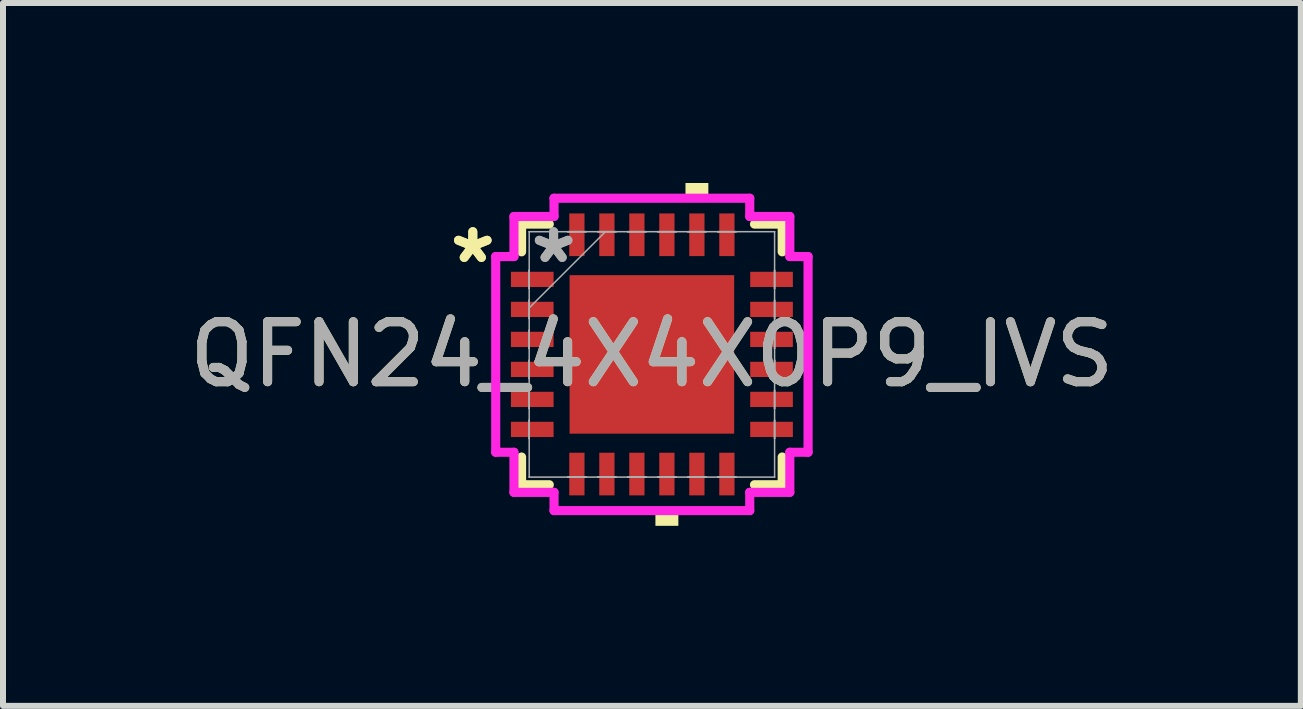
<source format=kicad_pcb>
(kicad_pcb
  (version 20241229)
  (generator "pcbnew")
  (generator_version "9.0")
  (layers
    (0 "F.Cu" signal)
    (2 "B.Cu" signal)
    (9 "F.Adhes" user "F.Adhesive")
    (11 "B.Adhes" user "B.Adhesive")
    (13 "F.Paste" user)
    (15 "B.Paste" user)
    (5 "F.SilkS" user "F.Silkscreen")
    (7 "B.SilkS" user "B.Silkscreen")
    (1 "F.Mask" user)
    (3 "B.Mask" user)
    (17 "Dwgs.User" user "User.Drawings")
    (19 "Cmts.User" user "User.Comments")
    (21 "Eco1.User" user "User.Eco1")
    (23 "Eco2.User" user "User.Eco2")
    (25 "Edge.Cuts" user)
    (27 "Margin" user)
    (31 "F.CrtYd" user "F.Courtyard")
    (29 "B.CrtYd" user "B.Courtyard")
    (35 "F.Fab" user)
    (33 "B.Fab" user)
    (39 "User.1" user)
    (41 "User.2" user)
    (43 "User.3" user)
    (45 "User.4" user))
  (footprint "QFN24_4X4X0P9_IVS"
    (layer "F.Cu")
    (at 7.815 2.857)
    (property "Reference" "QFN24_4X4X0P9_IVS" (at 0 0 0) (unlocked yes) (layer "F.SilkS") (effects (font (size 1 1) (thickness 0.15))))
    (attr smd)
    (fp_line (start -2.172 -2.172) (end -2.172 -1.71) (stroke (width 0.152) (type solid)) (layer "F.SilkS"))
    (fp_line (start -2.172 1.71) (end -2.172 2.172) (stroke (width 0.152) (type solid)) (layer "F.SilkS"))
    (fp_line (start -2.172 2.172) (end -1.71 2.172) (stroke (width 0.152) (type solid)) (layer "F.SilkS"))
    (fp_line (start -1.71 -2.172) (end -2.172 -2.172) (stroke (width 0.152) (type solid)) (layer "F.SilkS"))
    (fp_line (start 1.71 2.172) (end 2.172 2.172) (stroke (width 0.152) (type solid)) (layer "F.SilkS"))
    (fp_line (start 2.172 -2.172) (end 1.71 -2.172) (stroke (width 0.152) (type solid)) (layer "F.SilkS"))
    (fp_line (start 2.172 -1.71) (end 2.172 -2.172) (stroke (width 0.152) (type solid)) (layer "F.SilkS"))
    (fp_line (start 2.172 2.172) (end 2.172 1.71) (stroke (width 0.152) (type solid)) (layer "F.SilkS"))
    (fp_poly (pts (xy 0.059 2.603) (xy 0.059 2.857) (xy 0.441 2.857) (xy 0.441 2.603)) (stroke (width 0) (type solid)) (fill yes) (layer "F.SilkS"))
    (fp_poly (pts (xy 0.56 -2.603) (xy 0.56 -2.857) (xy 0.941 -2.857) (xy 0.941 -2.603)) (stroke (width 0) (type solid)) (fill yes) (layer "F.SilkS"))
    (fp_poly (pts (xy -1.272 -1.221) (xy -1.272 -0.1) (xy -0.1 -0.1) (xy -0.1 -1.221)) (stroke (width 0) (type solid)) (fill yes) (layer "F.Paste"))
    (fp_poly (pts (xy -1.272 0.1) (xy -1.272 1.221) (xy -0.1 1.221) (xy -0.1 0.1)) (stroke (width 0) (type solid)) (fill yes) (layer "F.Paste"))
    (fp_poly (pts (xy 0.1 -1.221) (xy 0.1 -0.1) (xy 1.272 -0.1) (xy 1.272 -1.221)) (stroke (width 0) (type solid)) (fill yes) (layer "F.Paste"))
    (fp_poly (pts (xy 0.1 0.1) (xy 0.1 1.221) (xy 1.272 1.221) (xy 1.272 0.1)) (stroke (width 0) (type solid)) (fill yes) (layer "F.Paste"))
    (fp_line (start -2.603 -1.631) (end -2.299 -1.631) (stroke (width 0.152) (type solid)) (layer "F.CrtYd"))
    (fp_line (start -2.603 1.631) (end -2.603 -1.631) (stroke (width 0.152) (type solid)) (layer "F.CrtYd"))
    (fp_line (start -2.299 -2.299) (end -1.631 -2.299) (stroke (width 0.152) (type solid)) (layer "F.CrtYd"))
    (fp_line (start -2.299 -1.631) (end -2.299 -2.299) (stroke (width 0.152) (type solid)) (layer "F.CrtYd"))
    (fp_line (start -2.299 1.631) (end -2.603 1.631) (stroke (width 0.152) (type solid)) (layer "F.CrtYd"))
    (fp_line (start -2.299 2.299) (end -2.299 1.631) (stroke (width 0.152) (type solid)) (layer "F.CrtYd"))
    (fp_line (start -1.631 -2.603) (end 1.631 -2.603) (stroke (width 0.152) (type solid)) (layer "F.CrtYd"))
    (fp_line (start -1.631 -2.299) (end -1.631 -2.603) (stroke (width 0.152) (type solid)) (layer "F.CrtYd"))
    (fp_line (start -1.631 2.299) (end -2.299 2.299) (stroke (width 0.152) (type solid)) (layer "F.CrtYd"))
    (fp_line (start -1.631 2.603) (end -1.631 2.299) (stroke (width 0.152) (type solid)) (layer "F.CrtYd"))
    (fp_line (start 1.631 -2.603) (end 1.631 -2.299) (stroke (width 0.152) (type solid)) (layer "F.CrtYd"))
    (fp_line (start 1.631 -2.299) (end 2.299 -2.299) (stroke (width 0.152) (type solid)) (layer "F.CrtYd"))
    (fp_line (start 1.631 2.299) (end 1.631 2.603) (stroke (width 0.152) (type solid)) (layer "F.CrtYd"))
    (fp_line (start 1.631 2.603) (end -1.631 2.603) (stroke (width 0.152) (type solid)) (layer "F.CrtYd"))
    (fp_line (start 2.299 -2.299) (end 2.299 -1.631) (stroke (width 0.152) (type solid)) (layer "F.CrtYd"))
    (fp_line (start 2.299 -1.631) (end 2.603 -1.631) (stroke (width 0.152) (type solid)) (layer "F.CrtYd"))
    (fp_line (start 2.299 1.631) (end 2.299 2.299) (stroke (width 0.152) (type solid)) (layer "F.CrtYd"))
    (fp_line (start 2.299 2.299) (end 1.631 2.299) (stroke (width 0.152) (type solid)) (layer "F.CrtYd"))
    (fp_line (start 2.603 -1.631) (end 2.603 1.631) (stroke (width 0.152) (type solid)) (layer "F.CrtYd"))
    (fp_line (start 2.603 1.631) (end 2.299 1.631) (stroke (width 0.152) (type solid)) (layer "F.CrtYd"))
    (fp_line (start -2.045 -2.045) (end -2.045 -2.045) (stroke (width 0.025) (type solid)) (layer "F.Fab"))
    (fp_line (start -2.045 -2.045) (end -2.045 2.045) (stroke (width 0.025) (type solid)) (layer "F.Fab"))
    (fp_line (start -2.045 -1.402) (end -2.045 -1.402) (stroke (width 0.025) (type solid)) (layer "F.Fab"))
    (fp_line (start -2.045 -1.402) (end -2.045 -1.098) (stroke (width 0.025) (type solid)) (layer "F.Fab"))
    (fp_line (start -2.045 -1.098) (end -2.045 -1.402) (stroke (width 0.025) (type solid)) (layer "F.Fab"))
    (fp_line (start -2.045 -1.098) (end -2.045 -1.098) (stroke (width 0.025) (type solid)) (layer "F.Fab"))
    (fp_line (start -2.045 -0.902) (end -2.045 -0.902) (stroke (width 0.025) (type solid)) (layer "F.Fab"))
    (fp_line (start -2.045 -0.902) (end -2.045 -0.598) (stroke (width 0.025) (type solid)) (layer "F.Fab"))
    (fp_line (start -2.045 -0.775) (end -0.775 -2.045) (stroke (width 0.025) (type solid)) (layer "F.Fab"))
    (fp_line (start -2.045 -0.598) (end -2.045 -0.902) (stroke (width 0.025) (type solid)) (layer "F.Fab"))
    (fp_line (start -2.045 -0.598) (end -2.045 -0.598) (stroke (width 0.025) (type solid)) (layer "F.Fab"))
    (fp_line (start -2.045 -0.402) (end -2.045 -0.402) (stroke (width 0.025) (type solid)) (layer "F.Fab"))
    (fp_line (start -2.045 -0.402) (end -2.045 -0.098) (stroke (width 0.025) (type solid)) (layer "F.Fab"))
    (fp_line (start -2.045 -0.098) (end -2.045 -0.402) (stroke (width 0.025) (type solid)) (layer "F.Fab"))
    (fp_line (start -2.045 -0.098) (end -2.045 -0.098) (stroke (width 0.025) (type solid)) (layer "F.Fab"))
    (fp_line (start -2.045 0.098) (end -2.045 0.098) (stroke (width 0.025) (type solid)) (layer "F.Fab"))
    (fp_line (start -2.045 0.098) (end -2.045 0.402) (stroke (width 0.025) (type solid)) (layer "F.Fab"))
    (fp_line (start -2.045 0.402) (end -2.045 0.098) (stroke (width 0.025) (type solid)) (layer "F.Fab"))
    (fp_line (start -2.045 0.402) (end -2.045 0.402) (stroke (width 0.025) (type solid)) (layer "F.Fab"))
    (fp_line (start -2.045 0.598) (end -2.045 0.598) (stroke (width 0.025) (type solid)) (layer "F.Fab"))
    (fp_line (start -2.045 0.598) (end -2.045 0.902) (stroke (width 0.025) (type solid)) (layer "F.Fab"))
    (fp_line (start -2.045 0.902) (end -2.045 0.598) (stroke (width 0.025) (type solid)) (layer "F.Fab"))
    (fp_line (start -2.045 0.902) (end -2.045 0.902) (stroke (width 0.025) (type solid)) (layer "F.Fab"))
    (fp_line (start -2.045 1.098) (end -2.045 1.098) (stroke (width 0.025) (type solid)) (layer "F.Fab"))
    (fp_line (start -2.045 1.098) (end -2.045 1.402) (stroke (width 0.025) (type solid)) (layer "F.Fab"))
    (fp_line (start -2.045 1.402) (end -2.045 1.098) (stroke (width 0.025) (type solid)) (layer "F.Fab"))
    (fp_line (start -2.045 1.402) (end -2.045 1.402) (stroke (width 0.025) (type solid)) (layer "F.Fab"))
    (fp_line (start -2.045 2.045) (end -2.045 2.045) (stroke (width 0.025) (type solid)) (layer "F.Fab"))
    (fp_line (start -2.045 2.045) (end 2.045 2.045) (stroke (width 0.025) (type solid)) (layer "F.Fab"))
    (fp_line (start -1.402 -2.045) (end -1.402 -2.045) (stroke (width 0.025) (type solid)) (layer "F.Fab"))
    (fp_line (start -1.402 -2.045) (end -1.098 -2.045) (stroke (width 0.025) (type solid)) (layer "F.Fab"))
    (fp_line (start -1.402 2.045) (end -1.402 2.045) (stroke (width 0.025) (type solid)) (layer "F.Fab"))
    (fp_line (start -1.402 2.045) (end -1.098 2.045) (stroke (width 0.025) (type solid)) (layer "F.Fab"))
    (fp_line (start -1.098 -2.045) (end -1.402 -2.045) (stroke (width 0.025) (type solid)) (layer "F.Fab"))
    (fp_line (start -1.098 -2.045) (end -1.098 -2.045) (stroke (width 0.025) (type solid)) (layer "F.Fab"))
    (fp_line (start -1.098 2.045) (end -1.402 2.045) (stroke (width 0.025) (type solid)) (layer "F.Fab"))
    (fp_line (start -1.098 2.045) (end -1.098 2.045) (stroke (width 0.025) (type solid)) (layer "F.Fab"))
    (fp_line (start -0.902 -2.045) (end -0.902 -2.045) (stroke (width 0.025) (type solid)) (layer "F.Fab"))
    (fp_line (start -0.902 -2.045) (end -0.598 -2.045) (stroke (width 0.025) (type solid)) (layer "F.Fab"))
    (fp_line (start -0.902 2.045) (end -0.902 2.045) (stroke (width 0.025) (type solid)) (layer "F.Fab"))
    (fp_line (start -0.902 2.045) (end -0.598 2.045) (stroke (width 0.025) (type solid)) (layer "F.Fab"))
    (fp_line (start -0.598 -2.045) (end -0.902 -2.045) (stroke (width 0.025) (type solid)) (layer "F.Fab"))
    (fp_line (start -0.598 -2.045) (end -0.598 -2.045) (stroke (width 0.025) (type solid)) (layer "F.Fab"))
    (fp_line (start -0.598 2.045) (end -0.902 2.045) (stroke (width 0.025) (type solid)) (layer "F.Fab"))
    (fp_line (start -0.598 2.045) (end -0.598 2.045) (stroke (width 0.025) (type solid)) (layer "F.Fab"))
    (fp_line (start -0.402 -2.045) (end -0.402 -2.045) (stroke (width 0.025) (type solid)) (layer "F.Fab"))
    (fp_line (start -0.402 -2.045) (end -0.098 -2.045) (stroke (width 0.025) (type solid)) (layer "F.Fab"))
    (fp_line (start -0.402 2.045) (end -0.402 2.045) (stroke (width 0.025) (type solid)) (layer "F.Fab"))
    (fp_line (start -0.402 2.045) (end -0.098 2.045) (stroke (width 0.025) (type solid)) (layer "F.Fab"))
    (fp_line (start -0.098 -2.045) (end -0.402 -2.045) (stroke (width 0.025) (type solid)) (layer "F.Fab"))
    (fp_line (start -0.098 -2.045) (end -0.098 -2.045) (stroke (width 0.025) (type solid)) (layer "F.Fab"))
    (fp_line (start -0.098 2.045) (end -0.402 2.045) (stroke (width 0.025) (type solid)) (layer "F.Fab"))
    (fp_line (start -0.098 2.045) (end -0.098 2.045) (stroke (width 0.025) (type solid)) (layer "F.Fab"))
    (fp_line (start 0.098 -2.045) (end 0.098 -2.045) (stroke (width 0.025) (type solid)) (layer "F.Fab"))
    (fp_line (start 0.098 -2.045) (end 0.402 -2.045) (stroke (width 0.025) (type solid)) (layer "F.Fab"))
    (fp_line (start 0.098 2.045) (end 0.098 2.045) (stroke (width 0.025) (type solid)) (layer "F.Fab"))
    (fp_line (start 0.098 2.045) (end 0.402 2.045) (stroke (width 0.025) (type solid)) (layer "F.Fab"))
    (fp_line (start 0.402 -2.045) (end 0.098 -2.045) (stroke (width 0.025) (type solid)) (layer "F.Fab"))
    (fp_line (start 0.402 -2.045) (end 0.402 -2.045) (stroke (width 0.025) (type solid)) (layer "F.Fab"))
    (fp_line (start 0.402 2.045) (end 0.098 2.045) (stroke (width 0.025) (type solid)) (layer "F.Fab"))
    (fp_line (start 0.402 2.045) (end 0.402 2.045) (stroke (width 0.025) (type solid)) (layer "F.Fab"))
    (fp_line (start 0.598 -2.045) (end 0.598 -2.045) (stroke (width 0.025) (type solid)) (layer "F.Fab"))
    (fp_line (start 0.598 -2.045) (end 0.902 -2.045) (stroke (width 0.025) (type solid)) (layer "F.Fab"))
    (fp_line (start 0.598 2.045) (end 0.598 2.045) (stroke (width 0.025) (type solid)) (layer "F.Fab"))
    (fp_line (start 0.598 2.045) (end 0.902 2.045) (stroke (width 0.025) (type solid)) (layer "F.Fab"))
    (fp_line (start 0.902 -2.045) (end 0.598 -2.045) (stroke (width 0.025) (type solid)) (layer "F.Fab"))
    (fp_line (start 0.902 -2.045) (end 0.902 -2.045) (stroke (width 0.025) (type solid)) (layer "F.Fab"))
    (fp_line (start 0.902 2.045) (end 0.598 2.045) (stroke (width 0.025) (type solid)) (layer "F.Fab"))
    (fp_line (start 0.902 2.045) (end 0.902 2.045) (stroke (width 0.025) (type solid)) (layer "F.Fab"))
    (fp_line (start 1.098 -2.045) (end 1.098 -2.045) (stroke (width 0.025) (type solid)) (layer "F.Fab"))
    (fp_line (start 1.098 -2.045) (end 1.402 -2.045) (stroke (width 0.025) (type solid)) (layer "F.Fab"))
    (fp_line (start 1.098 2.045) (end 1.098 2.045) (stroke (width 0.025) (type solid)) (layer "F.Fab"))
    (fp_line (start 1.098 2.045) (end 1.402 2.045) (stroke (width 0.025) (type solid)) (layer "F.Fab"))
    (fp_line (start 1.402 -2.045) (end 1.098 -2.045) (stroke (width 0.025) (type solid)) (layer "F.Fab"))
    (fp_line (start 1.402 -2.045) (end 1.402 -2.045) (stroke (width 0.025) (type solid)) (layer "F.Fab"))
    (fp_line (start 1.402 2.045) (end 1.098 2.045) (stroke (width 0.025) (type solid)) (layer "F.Fab"))
    (fp_line (start 1.402 2.045) (end 1.402 2.045) (stroke (width 0.025) (type solid)) (layer "F.Fab"))
    (fp_line (start 2.045 -2.045) (end -2.045 -2.045) (stroke (width 0.025) (type solid)) (layer "F.Fab"))
    (fp_line (start 2.045 -2.045) (end 2.045 -2.045) (stroke (width 0.025) (type solid)) (layer "F.Fab"))
    (fp_line (start 2.045 -1.402) (end 2.045 -1.402) (stroke (width 0.025) (type solid)) (layer "F.Fab"))
    (fp_line (start 2.045 -1.402) (end 2.045 -1.098) (stroke (width 0.025) (type solid)) (layer "F.Fab"))
    (fp_line (start 2.045 -1.098) (end 2.045 -1.402) (stroke (width 0.025) (type solid)) (layer "F.Fab"))
    (fp_line (start 2.045 -1.098) (end 2.045 -1.098) (stroke (width 0.025) (type solid)) (layer "F.Fab"))
    (fp_line (start 2.045 -0.902) (end 2.045 -0.902) (stroke (width 0.025) (type solid)) (layer "F.Fab"))
    (fp_line (start 2.045 -0.902) (end 2.045 -0.598) (stroke (width 0.025) (type solid)) (layer "F.Fab"))
    (fp_line (start 2.045 -0.598) (end 2.045 -0.902) (stroke (width 0.025) (type solid)) (layer "F.Fab"))
    (fp_line (start 2.045 -0.598) (end 2.045 -0.598) (stroke (width 0.025) (type solid)) (layer "F.Fab"))
    (fp_line (start 2.045 -0.402) (end 2.045 -0.402) (stroke (width 0.025) (type solid)) (layer "F.Fab"))
    (fp_line (start 2.045 -0.402) (end 2.045 -0.098) (stroke (width 0.025) (type solid)) (layer "F.Fab"))
    (fp_line (start 2.045 -0.098) (end 2.045 -0.402) (stroke (width 0.025) (type solid)) (layer "F.Fab"))
    (fp_line (start 2.045 -0.098) (end 2.045 -0.098) (stroke (width 0.025) (type solid)) (layer "F.Fab"))
    (fp_line (start 2.045 0.098) (end 2.045 0.098) (stroke (width 0.025) (type solid)) (layer "F.Fab"))
    (fp_line (start 2.045 0.098) (end 2.045 0.402) (stroke (width 0.025) (type solid)) (layer "F.Fab"))
    (fp_line (start 2.045 0.402) (end 2.045 0.098) (stroke (width 0.025) (type solid)) (layer "F.Fab"))
    (fp_line (start 2.045 0.402) (end 2.045 0.402) (stroke (width 0.025) (type solid)) (layer "F.Fab"))
    (fp_line (start 2.045 0.598) (end 2.045 0.598) (stroke (width 0.025) (type solid)) (layer "F.Fab"))
    (fp_line (start 2.045 0.598) (end 2.045 0.902) (stroke (width 0.025) (type solid)) (layer "F.Fab"))
    (fp_line (start 2.045 0.902) (end 2.045 0.598) (stroke (width 0.025) (type solid)) (layer "F.Fab"))
    (fp_line (start 2.045 0.902) (end 2.045 0.902) (stroke (width 0.025) (type solid)) (layer "F.Fab"))
    (fp_line (start 2.045 1.098) (end 2.045 1.098) (stroke (width 0.025) (type solid)) (layer "F.Fab"))
    (fp_line (start 2.045 1.098) (end 2.045 1.402) (stroke (width 0.025) (type solid)) (layer "F.Fab"))
    (fp_line (start 2.045 1.402) (end 2.045 1.098) (stroke (width 0.025) (type solid)) (layer "F.Fab"))
    (fp_line (start 2.045 1.402) (end 2.045 1.402) (stroke (width 0.025) (type solid)) (layer "F.Fab"))
    (fp_line (start 2.045 2.045) (end 2.045 -2.045) (stroke (width 0.025) (type solid)) (layer "F.Fab"))
    (fp_line (start 2.045 2.045) (end 2.045 2.045) (stroke (width 0.025) (type solid)) (layer "F.Fab"))
    (fp_text user "*" (at -2.985 -1.5 0) (layer "F.SilkS") (effects (font (size 1 1) (thickness 0.15))))
    (fp_text user "*" (at -2.985 -1.5 0) (unlocked yes) (layer "F.SilkS") (effects (font (size 1 1) (thickness 0.15))))
    (fp_text user "*" (at -1.638 -1.5 0) (unlocked yes) (layer "F.Fab") (effects (font (size 1 1) (thickness 0.15))))
    (fp_text user "*" (at -1.638 -1.5 0) (layer "F.Fab") (effects (font (size 1 1) (thickness 0.15))))
    (fp_text user "${REFERENCE}" (at 0 0 0) (unlocked yes) (layer "F.Fab") (effects (font (size 1 1) (thickness 0.15))))
    (pad "1" smd rect (at -1.994 -1.25 90) (size 0.254 0.711) (layers "F.Cu" "F.Mask" "F.Paste"))
    (pad "2" smd rect (at -1.994 -0.75 90) (size 0.254 0.711) (layers "F.Cu" "F.Mask" "F.Paste"))
    (pad "3" smd rect (at -1.994 -0.25 90) (size 0.254 0.711) (layers "F.Cu" "F.Mask" "F.Paste"))
    (pad "4" smd rect (at -1.994 0.25 90) (size 0.254 0.711) (layers "F.Cu" "F.Mask" "F.Paste"))
    (pad "5" smd rect (at -1.994 0.75 90) (size 0.254 0.711) (layers "F.Cu" "F.Mask" "F.Paste"))
    (pad "6" smd rect (at -1.994 1.25 90) (size 0.254 0.711) (layers "F.Cu" "F.Mask" "F.Paste"))
    (pad "7" smd rect (at -1.25 1.994) (size 0.254 0.711) (layers "F.Cu" "F.Mask" "F.Paste"))
    (pad "8" smd rect (at -0.75 1.994) (size 0.254 0.711) (layers "F.Cu" "F.Mask" "F.Paste"))
    (pad "9" smd rect (at -0.25 1.994) (size 0.254 0.711) (layers "F.Cu" "F.Mask" "F.Paste"))
    (pad "10" smd rect (at 0.25 1.994) (size 0.254 0.711) (layers "F.Cu" "F.Mask" "F.Paste"))
    (pad "11" smd rect (at 0.75 1.994) (size 0.254 0.711) (layers "F.Cu" "F.Mask" "F.Paste"))
    (pad "12" smd rect (at 1.25 1.994) (size 0.254 0.711) (layers "F.Cu" "F.Mask" "F.Paste"))
    (pad "13" smd rect (at 1.994 1.25 90) (size 0.254 0.711) (layers "F.Cu" "F.Mask" "F.Paste"))
    (pad "14" smd rect (at 1.994 0.75 90) (size 0.254 0.711) (layers "F.Cu" "F.Mask" "F.Paste"))
    (pad "15" smd rect (at 1.994 0.25 90) (size 0.254 0.711) (layers "F.Cu" "F.Mask" "F.Paste"))
    (pad "16" smd rect (at 1.994 -0.25 90) (size 0.254 0.711) (layers "F.Cu" "F.Mask" "F.Paste"))
    (pad "17" smd rect (at 1.994 -0.75 90) (size 0.254 0.711) (layers "F.Cu" "F.Mask" "F.Paste"))
    (pad "18" smd rect (at 1.994 -1.25 90) (size 0.254 0.711) (layers "F.Cu" "F.Mask" "F.Paste"))
    (pad "19" smd rect (at 1.25 -1.994) (size 0.254 0.711) (layers "F.Cu" "F.Mask" "F.Paste"))
    (pad "20" smd rect (at 0.75 -1.994) (size 0.254 0.711) (layers "F.Cu" "F.Mask" "F.Paste"))
    (pad "21" smd rect (at 0.25 -1.994) (size 0.254 0.711) (layers "F.Cu" "F.Mask" "F.Paste"))
    (pad "22" smd rect (at -0.25 -1.994) (size 0.254 0.711) (layers "F.Cu" "F.Mask" "F.Paste"))
    (pad "23" smd rect (at -0.75 -1.994) (size 0.254 0.711) (layers "F.Cu" "F.Mask" "F.Paste"))
    (pad "24" smd rect (at -1.25 -1.994) (size 0.254 0.711) (layers "F.Cu" "F.Mask" "F.Paste"))
    (pad "25" smd rect (at 0 0) (size 2.743 2.642) (layers "F.Cu" "F.Mask")))
  (gr_rect
    (start -3 -3)
    (end 18.631 8.715)
    (stroke (width 0.1) (type default))
    (fill no)
    (layer "Edge.Cuts")))
</source>
